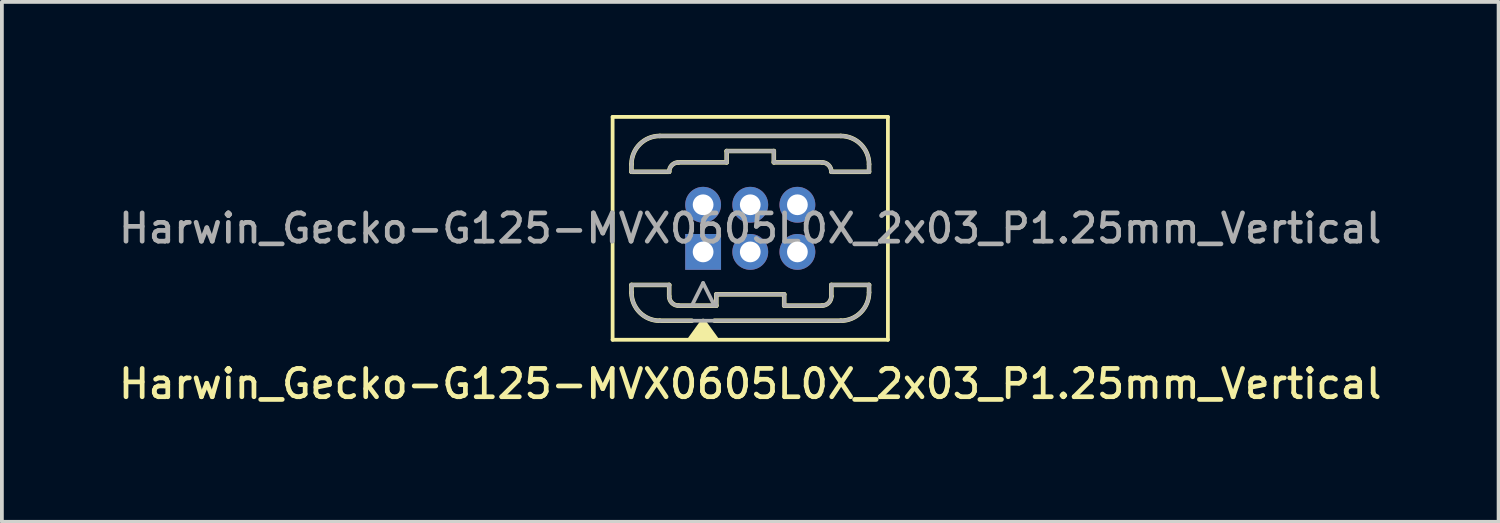
<source format=kicad_pcb>
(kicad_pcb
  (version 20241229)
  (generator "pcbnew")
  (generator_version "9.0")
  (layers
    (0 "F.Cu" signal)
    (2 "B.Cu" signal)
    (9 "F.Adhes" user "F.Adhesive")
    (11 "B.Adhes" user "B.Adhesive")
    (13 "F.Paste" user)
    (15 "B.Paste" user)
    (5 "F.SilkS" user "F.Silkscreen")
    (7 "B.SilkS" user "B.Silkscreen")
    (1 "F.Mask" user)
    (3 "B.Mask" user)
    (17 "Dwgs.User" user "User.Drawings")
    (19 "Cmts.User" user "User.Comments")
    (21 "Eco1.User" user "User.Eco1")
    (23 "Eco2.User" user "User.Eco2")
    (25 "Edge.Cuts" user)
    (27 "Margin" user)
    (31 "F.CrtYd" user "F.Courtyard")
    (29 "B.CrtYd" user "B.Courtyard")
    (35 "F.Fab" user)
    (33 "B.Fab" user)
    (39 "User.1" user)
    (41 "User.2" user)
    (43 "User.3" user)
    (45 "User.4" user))
  (footprint "Harwin_Gecko-G125-MVX0605L0X_2x03_P1.25mm_Vertical"
    (layer "F.Cu")
    (at 15.595 3.63)
    (property "Reference" "Harwin_Gecko-G125-MVX0605L0X_2x03_P1.25mm_Vertical" (at 1.25 3.5 0) (layer "F.SilkS") (effects (font (size 0.75 0.75) (thickness 0.125))))
    (attr through_hole)
    (fp_line (start -2.4 -3.58) (end -2.4 2.33) (stroke (width 0.1) (type solid)) (layer "F.SilkS"))
    (fp_line (start -2.4 2.33) (end 4.9 2.33) (stroke (width 0.1) (type solid)) (layer "F.SilkS"))
    (fp_line (start -1.9 -2.325) (end -1.9 -2.125) (stroke (width 0.12) (type solid)) (layer "F.SilkS"))
    (fp_line (start -1.9 -2.125) (end -0.9 -2.125) (stroke (width 0.12) (type solid)) (layer "F.SilkS"))
    (fp_line (start -1.9 0.875) (end -0.9 0.875) (stroke (width 0.12) (type solid)) (layer "F.SilkS"))
    (fp_line (start -1.9 1.075) (end -1.9 0.875) (stroke (width 0.12) (type solid)) (layer "F.SilkS"))
    (fp_line (start -1.15 -3.075) (end 3.65 -3.075) (stroke (width 0.12) (type solid)) (layer "F.SilkS"))
    (fp_line (start -1.15 1.825) (end -0.3 1.825) (stroke (width 0.12) (type solid)) (layer "F.SilkS"))
    (fp_line (start -0.9 1.175) (end -0.9 0.875) (stroke (width 0.12) (type solid)) (layer "F.SilkS"))
    (fp_line (start -0.65 -2.375) (end 0.625 -2.375) (stroke (width 0.12) (type solid)) (layer "F.SilkS"))
    (fp_line (start -0.65 1.425) (end 0.35 1.425) (stroke (width 0.12) (type solid)) (layer "F.SilkS"))
    (fp_line (start 0.3 1.825) (end 3.65 1.825) (stroke (width 0.12) (type solid)) (layer "F.SilkS"))
    (fp_line (start 0.35 1.125) (end 2.15 1.125) (stroke (width 0.12) (type solid)) (layer "F.SilkS"))
    (fp_line (start 0.35 1.425) (end 0.35 1.125) (stroke (width 0.12) (type solid)) (layer "F.SilkS"))
    (fp_line (start 0.625 -2.675) (end 1.875 -2.675) (stroke (width 0.12) (type solid)) (layer "F.SilkS"))
    (fp_line (start 0.625 -2.375) (end 0.625 -2.675) (stroke (width 0.12) (type solid)) (layer "F.SilkS"))
    (fp_line (start 1.875 -2.675) (end 1.875 -2.375) (stroke (width 0.12) (type solid)) (layer "F.SilkS"))
    (fp_line (start 1.875 -2.375) (end 3.15 -2.375) (stroke (width 0.12) (type solid)) (layer "F.SilkS"))
    (fp_line (start 2.15 1.125) (end 2.15 1.425) (stroke (width 0.12) (type solid)) (layer "F.SilkS"))
    (fp_line (start 2.15 1.425) (end 3.15 1.425) (stroke (width 0.12) (type solid)) (layer "F.SilkS"))
    (fp_line (start 3.4 1.175) (end 3.4 0.875) (stroke (width 0.12) (type solid)) (layer "F.SilkS"))
    (fp_line (start 4.4 -2.325) (end 4.4 -2.125) (stroke (width 0.12) (type solid)) (layer "F.SilkS"))
    (fp_line (start 4.4 -2.125) (end 3.4 -2.125) (stroke (width 0.12) (type solid)) (layer "F.SilkS"))
    (fp_line (start 4.4 0.875) (end 3.4 0.875) (stroke (width 0.12) (type solid)) (layer "F.SilkS"))
    (fp_line (start 4.4 1.075) (end 4.4 0.875) (stroke (width 0.12) (type solid)) (layer "F.SilkS"))
    (fp_line (start 4.9 -3.58) (end -2.4 -3.58) (stroke (width 0.1) (type solid)) (layer "F.SilkS"))
    (fp_line (start 4.9 2.33) (end 4.9 -3.58) (stroke (width 0.1) (type solid)) (layer "F.SilkS"))
    (fp_arc (start -1.9 -2.325) (mid -1.68033 -2.85533) (end -1.15 -3.075) (stroke (width 0.12) (type solid)) (layer "F.SilkS"))
    (fp_arc (start -1.15 1.825) (mid -1.68033 1.60533) (end -1.9 1.075) (stroke (width 0.12) (type solid)) (layer "F.SilkS"))
    (fp_arc (start -0.9 -2.125) (mid -0.826777 -2.301777) (end -0.65 -2.375) (stroke (width 0.12) (type solid)) (layer "F.SilkS"))
    (fp_arc (start -0.65 1.425) (mid -0.826777 1.351777) (end -0.9 1.175) (stroke (width 0.12) (type solid)) (layer "F.SilkS"))
    (fp_arc (start 3.15 -2.375) (mid 3.326777 -2.301777) (end 3.4 -2.125) (stroke (width 0.12) (type solid)) (layer "F.SilkS"))
    (fp_arc (start 3.4 1.175) (mid 3.326777 1.351777) (end 3.15 1.425) (stroke (width 0.12) (type solid)) (layer "F.SilkS"))
    (fp_arc (start 3.65 -3.075) (mid 4.18033 -2.85533) (end 4.4 -2.325) (stroke (width 0.12) (type solid)) (layer "F.SilkS"))
    (fp_arc (start 4.4 1.075) (mid 4.18033 1.60533) (end 3.65 1.825) (stroke (width 0.12) (type solid)) (layer "F.SilkS"))
    (fp_poly (pts (xy 0 1.83) (xy -0.34 2.3) (xy 0.34 2.3) (xy 0 1.83)) (stroke (width 0.12) (type solid)) (fill yes) (layer "F.SilkS"))
    (fp_line (start -1.9 -2.325) (end -1.9 -2.125) (stroke (width 0.1) (type solid)) (layer "F.Fab"))
    (fp_line (start -1.9 -2.125) (end -0.9 -2.125) (stroke (width 0.1) (type solid)) (layer "F.Fab"))
    (fp_line (start -1.9 0.875) (end -0.9 0.875) (stroke (width 0.1) (type solid)) (layer "F.Fab"))
    (fp_line (start -1.9 1.075) (end -1.9 0.875) (stroke (width 0.1) (type solid)) (layer "F.Fab"))
    (fp_line (start -1.15 -3.075) (end 3.65 -3.075) (stroke (width 0.1) (type solid)) (layer "F.Fab"))
    (fp_line (start -1.15 1.825) (end 3.65 1.825) (stroke (width 0.1) (type solid)) (layer "F.Fab"))
    (fp_line (start -0.9 1.175) (end -0.9 0.875) (stroke (width 0.1) (type solid)) (layer "F.Fab"))
    (fp_line (start -0.65 -2.375) (end 0.625 -2.375) (stroke (width 0.1) (type solid)) (layer "F.Fab"))
    (fp_line (start -0.65 1.425) (end 0.35 1.425) (stroke (width 0.1) (type solid)) (layer "F.Fab"))
    (fp_line (start 0 0.825) (end -0.3 1.425) (stroke (width 0.1) (type solid)) (layer "F.Fab"))
    (fp_line (start 0.3 1.425) (end 0 0.825) (stroke (width 0.1) (type solid)) (layer "F.Fab"))
    (fp_line (start 0.35 1.125) (end 2.15 1.125) (stroke (width 0.1) (type solid)) (layer "F.Fab"))
    (fp_line (start 0.35 1.425) (end 0.35 1.125) (stroke (width 0.1) (type solid)) (layer "F.Fab"))
    (fp_line (start 0.625 -2.675) (end 1.875 -2.675) (stroke (width 0.1) (type solid)) (layer "F.Fab"))
    (fp_line (start 0.625 -2.375) (end 0.625 -2.675) (stroke (width 0.1) (type solid)) (layer "F.Fab"))
    (fp_line (start 1.875 -2.675) (end 1.875 -2.375) (stroke (width 0.1) (type solid)) (layer "F.Fab"))
    (fp_line (start 1.875 -2.375) (end 3.15 -2.375) (stroke (width 0.1) (type solid)) (layer "F.Fab"))
    (fp_line (start 2.15 1.125) (end 2.15 1.425) (stroke (width 0.1) (type solid)) (layer "F.Fab"))
    (fp_line (start 2.15 1.425) (end 3.15 1.425) (stroke (width 0.1) (type solid)) (layer "F.Fab"))
    (fp_line (start 3.4 1.175) (end 3.4 0.875) (stroke (width 0.1) (type solid)) (layer "F.Fab"))
    (fp_line (start 4.4 -2.325) (end 4.4 -2.125) (stroke (width 0.1) (type solid)) (layer "F.Fab"))
    (fp_line (start 4.4 -2.125) (end 3.4 -2.125) (stroke (width 0.1) (type solid)) (layer "F.Fab"))
    (fp_line (start 4.4 0.875) (end 3.4 0.875) (stroke (width 0.1) (type solid)) (layer "F.Fab"))
    (fp_line (start 4.4 1.075) (end 4.4 0.875) (stroke (width 0.1) (type solid)) (layer "F.Fab"))
    (fp_arc (start -1.9 -2.325) (mid -1.68033 -2.85533) (end -1.15 -3.075) (stroke (width 0.1) (type solid)) (layer "F.Fab"))
    (fp_arc (start -1.15 1.825) (mid -1.68033 1.60533) (end -1.9 1.075) (stroke (width 0.1) (type solid)) (layer "F.Fab"))
    (fp_arc (start -0.9 -2.125) (mid -0.826777 -2.301777) (end -0.65 -2.375) (stroke (width 0.1) (type solid)) (layer "F.Fab"))
    (fp_arc (start -0.65 1.425) (mid -0.826777 1.351777) (end -0.9 1.175) (stroke (width 0.1) (type solid)) (layer "F.Fab"))
    (fp_arc (start 3.15 -2.375) (mid 3.326777 -2.301777) (end 3.4 -2.125) (stroke (width 0.1) (type solid)) (layer "F.Fab"))
    (fp_arc (start 3.4 1.175) (mid 3.326777 1.351777) (end 3.15 1.425) (stroke (width 0.1) (type solid)) (layer "F.Fab"))
    (fp_arc (start 3.65 -3.075) (mid 4.18033 -2.85533) (end 4.4 -2.325) (stroke (width 0.1) (type solid)) (layer "F.Fab"))
    (fp_arc (start 4.4 1.075) (mid 4.18033 1.60533) (end 3.65 1.825) (stroke (width 0.1) (type solid)) (layer "F.Fab"))
    (fp_text user "${REFERENCE}" (at 1.25 -0.625 0) (layer "F.Fab") (effects (font (size 0.75 0.75) (thickness 0.125))))
    (pad "1" thru_hole rect (at 0 0) (size 0.95 0.95) (drill 0.55) (layers "*.Cu" "*.Mask"))
    (pad "2" thru_hole circle (at 1.25 0) (size 0.95 0.95) (drill 0.55) (layers "*.Cu" "*.Mask"))
    (pad "3" thru_hole circle (at 2.5 0) (size 0.95 0.95) (drill 0.55) (layers "*.Cu" "*.Mask"))
    (pad "4" thru_hole circle (at 0 -1.25) (size 0.95 0.95) (drill 0.55) (layers "*.Cu" "*.Mask"))
    (pad "5" thru_hole circle (at 1.25 -1.25) (size 0.95 0.95) (drill 0.55) (layers "*.Cu" "*.Mask"))
    (pad "6" thru_hole circle (at 2.5 -1.25) (size 0.95 0.95) (drill 0.55) (layers "*.Cu" "*.Mask")))
  (gr_rect
    (start -3 -3)
    (end 36.689 10.788)
    (stroke (width 0.1) (type default))
    (fill no)
    (layer "Edge.Cuts")))
</source>
